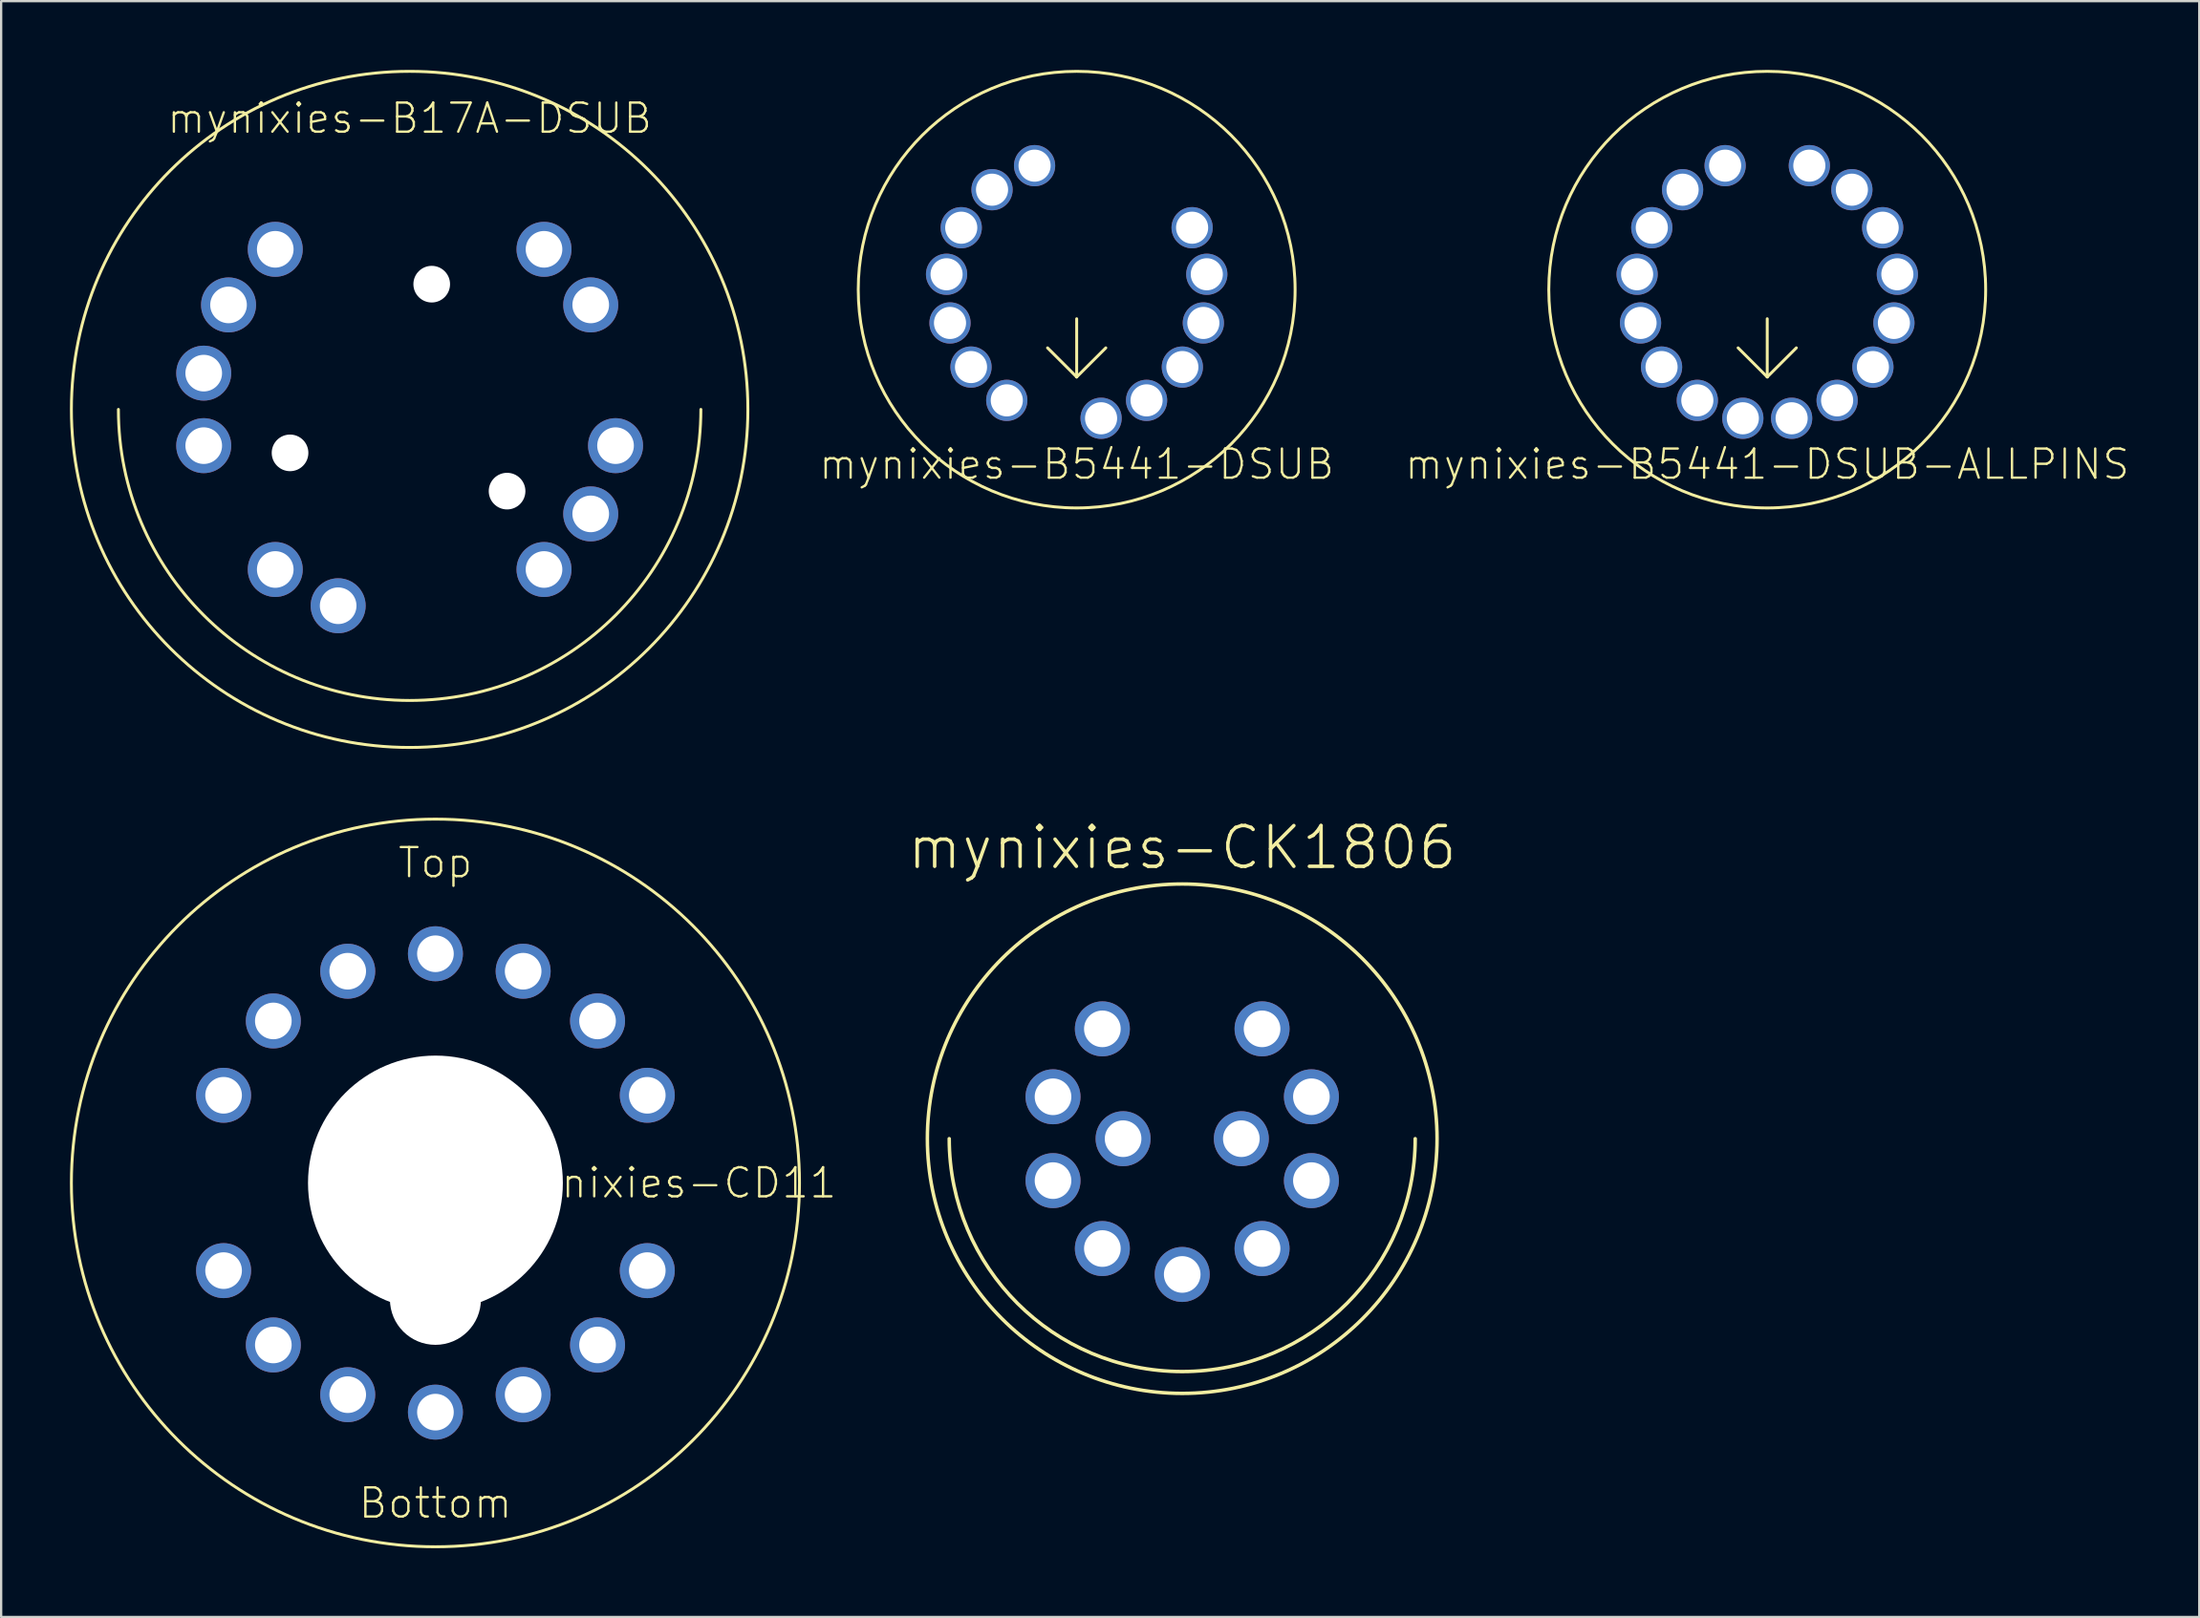
<source format=kicad_pcb>
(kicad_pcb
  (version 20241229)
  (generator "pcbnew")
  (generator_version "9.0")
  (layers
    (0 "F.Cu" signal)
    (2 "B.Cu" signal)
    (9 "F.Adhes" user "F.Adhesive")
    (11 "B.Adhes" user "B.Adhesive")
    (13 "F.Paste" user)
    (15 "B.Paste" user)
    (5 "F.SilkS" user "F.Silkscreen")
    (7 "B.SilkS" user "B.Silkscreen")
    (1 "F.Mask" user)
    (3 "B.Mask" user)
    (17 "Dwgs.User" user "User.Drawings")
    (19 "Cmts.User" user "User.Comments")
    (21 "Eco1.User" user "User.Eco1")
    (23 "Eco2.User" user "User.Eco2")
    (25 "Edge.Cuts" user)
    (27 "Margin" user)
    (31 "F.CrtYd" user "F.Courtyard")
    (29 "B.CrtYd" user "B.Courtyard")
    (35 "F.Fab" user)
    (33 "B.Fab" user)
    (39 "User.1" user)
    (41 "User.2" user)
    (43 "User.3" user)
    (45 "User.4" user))
  (footprint "mynixies-CK1806"
    (layer "F.Cu")
    (at 48.503 46.634)
    (property "Reference" "mynixies-CK1806" (at 0 -12.7 0) (layer "F.SilkS") (effects (font (size 1.778 1.778) (thickness 0.152))))
    (attr exclude_from_pos_files exclude_from_bom)
    (fp_arc (start 10.16 0) (mid 0 10.16) (end -10.16 0) (stroke (width 0.1524) (type solid)) (layer "F.SilkS"))
    (fp_circle (center 0 0) (end 0 -11.113) (stroke (width 0.152) (type solid)) (fill no) (layer "F.SilkS"))
    (pad "P$1" thru_hole circle (at -3.482 -4.793) (size 2.398 2.398) (drill 1.598) (layers "*.Cu" "*.Mask"))
    (pad "P$2" thru_hole circle (at -5.634 -1.829) (size 2.398 2.398) (drill 1.598) (layers "*.Cu" "*.Mask"))
    (pad "P$3" thru_hole circle (at -5.634 1.829) (size 2.398 2.398) (drill 1.598) (layers "*.Cu" "*.Mask"))
    (pad "P$4" thru_hole circle (at -3.482 4.793) (size 2.398 2.398) (drill 1.598) (layers "*.Cu" "*.Mask"))
    (pad "P$5" thru_hole circle (at 0 5.923) (size 2.398 2.398) (drill 1.598) (layers "*.Cu" "*.Mask"))
    (pad "P$6" thru_hole circle (at 3.482 4.793) (size 2.398 2.398) (drill 1.598) (layers "*.Cu" "*.Mask"))
    (pad "P$7" thru_hole circle (at 5.634 1.829) (size 2.398 2.398) (drill 1.598) (layers "*.Cu" "*.Mask"))
    (pad "P$8" thru_hole circle (at 5.634 -1.829) (size 2.398 2.398) (drill 1.598) (layers "*.Cu" "*.Mask"))
    (pad "P$9" thru_hole circle (at 3.482 -4.793) (size 2.398 2.398) (drill 1.598) (layers "*.Cu" "*.Mask"))
    (pad "P$10" thru_hole circle (at -2.578 0) (size 2.398 2.398) (drill 1.598) (layers "*.Cu" "*.Mask"))
    (pad "P$11" thru_hole circle (at 2.578 0) (size 2.398 2.398) (drill 1.598) (layers "*.Cu" "*.Mask")))
  (footprint "mynixies-CD11"
    (layer "F.Cu")
    (at 15.938 48.565)
    (property "Reference" "mynixies-CD11" (at 10.16 0 0) (layer "F.SilkS") (effects (font (size 1.27 1.27) (thickness 0.102))))
    (attr exclude_from_pos_files exclude_from_bom)
    (fp_circle (center 0 0) (end 0 -15.875) (stroke (width 0.127) (type solid)) (fill no) (layer "F.SilkS"))
    (fp_text user "Top" (at 0 -13.97 0) (layer "F.SilkS") (effects (font (size 1.27 1.27) (thickness 0.102))))
    (fp_text user "Bottom" (at 0 13.97 0) (layer "F.SilkS") (effects (font (size 1.27 1.27) (thickness 0.102))))
    (pad "" np_thru_hole circle (at 0 0) (size 11.113 11.113) (drill 11.113) (layers "*.Cu" "*.Mask"))
    (pad "" np_thru_hole circle (at 0 5.08) (size 3.967 3.967) (drill 3.967) (layers "*.Cu" "*.Mask"))
    (pad "0" thru_hole circle (at -3.825 -9.238) (size 2.398 2.398) (drill 1.598) (layers "*.Cu" "*.Mask"))
    (pad "1" thru_hole circle (at -9.238 3.825) (size 2.398 2.398) (drill 1.598) (layers "*.Cu" "*.Mask"))
    (pad "2" thru_hole circle (at -7.069 7.069) (size 2.398 2.398) (drill 1.598) (layers "*.Cu" "*.Mask"))
    (pad "3" thru_hole circle (at -3.825 9.238) (size 2.398 2.398) (drill 1.598) (layers "*.Cu" "*.Mask"))
    (pad "4" thru_hole circle (at 3.825 9.238) (size 2.398 2.398) (drill 1.598) (layers "*.Cu" "*.Mask"))
    (pad "5" thru_hole circle (at 7.069 7.069) (size 2.398 2.398) (drill 1.598) (layers "*.Cu" "*.Mask"))
    (pad "6" thru_hole circle (at 9.238 3.825) (size 2.398 2.398) (drill 1.598) (layers "*.Cu" "*.Mask"))
    (pad "7" thru_hole circle (at 9.238 -3.825) (size 2.398 2.398) (drill 1.598) (layers "*.Cu" "*.Mask"))
    (pad "8" thru_hole circle (at 7.069 -7.069) (size 2.398 2.398) (drill 1.598) (layers "*.Cu" "*.Mask"))
    (pad "9" thru_hole circle (at 3.825 -9.238) (size 2.398 2.398) (drill 1.598) (layers "*.Cu" "*.Mask"))
    (pad "A" thru_hole circle (at -9.238 -3.825) (size 2.398 2.398) (drill 1.598) (layers "*.Cu" "*.Mask"))
    (pad "B" thru_hole circle (at 0 10) (size 2.398 2.398) (drill 1.598) (layers "*.Cu" "*.Mask"))
    (pad "NC@1" thru_hole circle (at -7.069 -7.069) (size 2.398 2.398) (drill 1.598) (layers "*.Cu" "*.Mask"))
    (pad "T" thru_hole circle (at 0 -10) (size 2.398 2.398) (drill 1.598) (layers "*.Cu" "*.Mask")))
  (footprint "mynixies-B5441-DSUB"
    (layer "F.Cu")
    (at 43.901 9.588)
    (property "Reference" "mynixies-B5441-DSUB" (at 0 7.62 0) (layer "F.SilkS") (effects (font (size 1.27 1.27) (thickness 0.102))))
    (attr exclude_from_pos_files exclude_from_bom)
    (fp_line (start 0 1.27) (end 0 3.81) (stroke (width 0.127) (type solid)) (layer "F.SilkS"))
    (fp_line (start 0 3.81) (end -1.27 2.54) (stroke (width 0.127) (type solid)) (layer "F.SilkS"))
    (fp_line (start 0 3.81) (end 1.27 2.54) (stroke (width 0.127) (type solid)) (layer "F.SilkS"))
    (fp_circle (center 0 0) (end 0 -9.525) (stroke (width 0.127) (type solid)) (fill no) (layer "F.SilkS"))
    (pad "1" thru_hole circle (at -1.836 -5.41) (size 1.798 1.798) (drill 1.4) (layers "*.Cu" "*.Mask"))
    (pad "2" thru_hole circle (at -3.691 -4.361) (size 1.798 1.798) (drill 1.4) (layers "*.Cu" "*.Mask"))
    (pad "3" thru_hole circle (at -5.034 -2.703) (size 1.798 1.798) (drill 1.4) (layers "*.Cu" "*.Mask"))
    (pad "4" thru_hole circle (at -5.674 -0.671) (size 1.798 1.798) (drill 1.4) (layers "*.Cu" "*.Mask"))
    (pad "5" thru_hole circle (at -5.524 1.453) (size 1.798 1.798) (drill 1.4) (layers "*.Cu" "*.Mask"))
    (pad "6" thru_hole circle (at -4.608 3.378) (size 1.798 1.798) (drill 1.4) (layers "*.Cu" "*.Mask"))
    (pad "7" thru_hole circle (at -3.048 4.831) (size 1.798 1.798) (drill 1.4) (layers "*.Cu" "*.Mask"))
    (pad "9" thru_hole circle (at 1.064 5.613) (size 1.798 1.798) (drill 1.4) (layers "*.Cu" "*.Mask"))
    (pad "10" thru_hole circle (at 3.048 4.831) (size 1.798 1.798) (drill 1.4) (layers "*.Cu" "*.Mask"))
    (pad "11" thru_hole circle (at 4.608 3.378) (size 1.798 1.798) (drill 1.4) (layers "*.Cu" "*.Mask"))
    (pad "12" thru_hole circle (at 5.524 1.453) (size 1.798 1.798) (drill 1.4) (layers "*.Cu" "*.Mask"))
    (pad "13" thru_hole circle (at 5.674 -0.671) (size 1.798 1.798) (drill 1.4) (layers "*.Cu" "*.Mask"))
    (pad "14" thru_hole circle (at 5.034 -2.703) (size 1.798 1.798) (drill 1.4) (layers "*.Cu" "*.Mask")))
  (footprint "mynixies-B5441-DSUB-ALLPINS"
    (layer "F.Cu")
    (at 74.014 9.588)
    (property "Reference" "mynixies-B5441-DSUB-ALLPINS" (at 0 7.62 0) (layer "F.SilkS") (effects (font (size 1.27 1.27) (thickness 0.102))))
    (attr exclude_from_pos_files exclude_from_bom)
    (fp_line (start 0 1.27) (end 0 3.81) (stroke (width 0.127) (type solid)) (layer "F.SilkS"))
    (fp_line (start 0 3.81) (end -1.27 2.54) (stroke (width 0.127) (type solid)) (layer "F.SilkS"))
    (fp_line (start 0 3.81) (end 1.27 2.54) (stroke (width 0.127) (type solid)) (layer "F.SilkS"))
    (fp_circle (center 0 0) (end 0 -9.525) (stroke (width 0.127) (type solid)) (fill no) (layer "F.SilkS"))
    (pad "1" thru_hole circle (at 1.836 -5.41) (size 1.798 1.798) (drill 1.4) (layers "*.Cu" "*.Mask"))
    (pad "2" thru_hole circle (at 3.691 -4.361) (size 1.798 1.798) (drill 1.4) (layers "*.Cu" "*.Mask"))
    (pad "3" thru_hole circle (at 5.034 -2.703) (size 1.798 1.798) (drill 1.4) (layers "*.Cu" "*.Mask"))
    (pad "4" thru_hole circle (at 5.674 -0.671) (size 1.798 1.798) (drill 1.4) (layers "*.Cu" "*.Mask"))
    (pad "5" thru_hole circle (at 5.524 1.453) (size 1.798 1.798) (drill 1.4) (layers "*.Cu" "*.Mask"))
    (pad "6" thru_hole circle (at 4.608 3.378) (size 1.798 1.798) (drill 1.4) (layers "*.Cu" "*.Mask"))
    (pad "7" thru_hole circle (at 3.048 4.831) (size 1.798 1.798) (drill 1.4) (layers "*.Cu" "*.Mask"))
    (pad "8" thru_hole circle (at 1.064 5.613) (size 1.798 1.798) (drill 1.4) (layers "*.Cu" "*.Mask"))
    (pad "9" thru_hole circle (at -1.064 5.613) (size 1.798 1.798) (drill 1.4) (layers "*.Cu" "*.Mask"))
    (pad "10" thru_hole circle (at -3.048 4.831) (size 1.798 1.798) (drill 1.4) (layers "*.Cu" "*.Mask"))
    (pad "11" thru_hole circle (at -4.608 3.378) (size 1.798 1.798) (drill 1.4) (layers "*.Cu" "*.Mask"))
    (pad "12" thru_hole circle (at -5.524 1.453) (size 1.798 1.798) (drill 1.4) (layers "*.Cu" "*.Mask"))
    (pad "13" thru_hole circle (at -5.674 -0.671) (size 1.798 1.798) (drill 1.4) (layers "*.Cu" "*.Mask"))
    (pad "14" thru_hole circle (at -5.034 -2.703) (size 1.798 1.798) (drill 1.4) (layers "*.Cu" "*.Mask"))
    (pad "15" thru_hole circle (at -3.691 -4.361) (size 1.798 1.798) (drill 1.4) (layers "*.Cu" "*.Mask"))
    (pad "16" thru_hole circle (at -1.836 -5.41) (size 1.798 1.798) (drill 1.4) (layers "*.Cu" "*.Mask")))
  (footprint "mynixies-B17A-DSUB"
    (layer "F.Cu")
    (at 14.813 14.813)
    (property "Reference" "mynixies-B17A-DSUB" (at 0 -12.7 0) (layer "F.SilkS") (effects (font (size 1.27 1.27) (thickness 0.102))))
    (attr exclude_from_pos_files exclude_from_bom)
    (fp_arc (start 12.7 0) (mid 0 12.7) (end -12.7 0) (stroke (width 0.127) (type solid)) (layer "F.SilkS"))
    (fp_circle (center 0 0) (end 0 -14.75) (stroke (width 0.127) (type solid)) (fill no) (layer "F.SilkS"))
    (pad "" np_thru_hole circle (at -5.215 1.897) (size 1.598 1.598) (drill 1.598) (layers "*.Cu" "*.Mask"))
    (pad "" np_thru_hole circle (at 0.963 -5.464) (size 1.598 1.598) (drill 1.598) (layers "*.Cu" "*.Mask"))
    (pad "" np_thru_hole circle (at 4.249 3.566) (size 1.598 1.598) (drill 1.598) (layers "*.Cu" "*.Mask"))
    (pad "P$1" thru_hole circle (at -5.86 6.985) (size 2.398 2.398) (drill 1.598) (layers "*.Cu" "*.Mask"))
    (pad "P$2" thru_hole circle (at -3.117 8.567) (size 2.398 2.398) (drill 1.598) (layers "*.Cu" "*.Mask"))
    (pad "P$5" thru_hole circle (at 5.86 6.985) (size 2.398 2.398) (drill 1.598) (layers "*.Cu" "*.Mask"))
    (pad "P$6" thru_hole circle (at 7.897 4.559) (size 2.398 2.398) (drill 1.598) (layers "*.Cu" "*.Mask"))
    (pad "P$7" thru_hole circle (at 8.979 1.582) (size 2.398 2.398) (drill 1.598) (layers "*.Cu" "*.Mask"))
    (pad "P$9" thru_hole circle (at 7.897 -4.559) (size 2.398 2.398) (drill 1.598) (layers "*.Cu" "*.Mask"))
    (pad "P$10" thru_hole circle (at 5.86 -6.985) (size 2.398 2.398) (drill 1.598) (layers "*.Cu" "*.Mask"))
    (pad "P$14" thru_hole circle (at -5.86 -6.985) (size 2.398 2.398) (drill 1.598) (layers "*.Cu" "*.Mask"))
    (pad "P$15" thru_hole circle (at -7.897 -4.559) (size 2.398 2.398) (drill 1.598) (layers "*.Cu" "*.Mask"))
    (pad "P$16" thru_hole circle (at -8.979 -1.582) (size 2.398 2.398) (drill 1.598) (layers "*.Cu" "*.Mask"))
    (pad "P$17" thru_hole circle (at -8.979 1.582) (size 2.398 2.398) (drill 1.598) (layers "*.Cu" "*.Mask")))
  (gr_rect
    (start -3 -3)
    (end 92.854 67.504)
    (stroke (width 0.1) (type default))
    (fill no)
    (layer "Edge.Cuts")))
</source>
